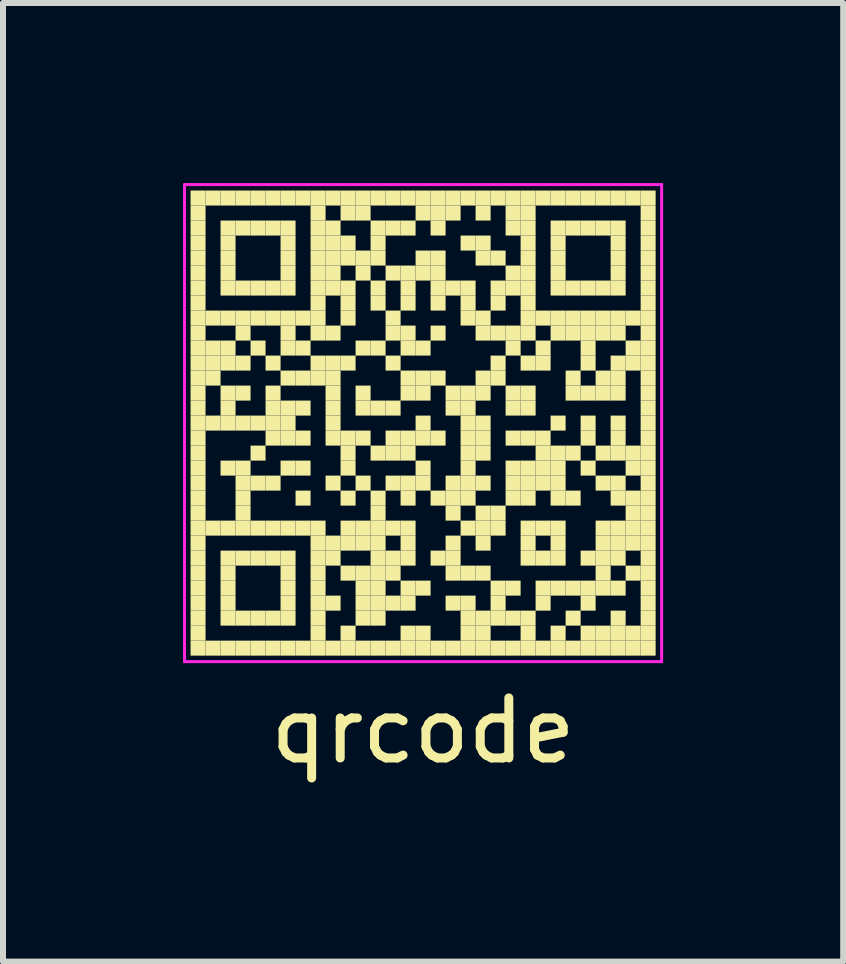
<source format=kicad_pcb>
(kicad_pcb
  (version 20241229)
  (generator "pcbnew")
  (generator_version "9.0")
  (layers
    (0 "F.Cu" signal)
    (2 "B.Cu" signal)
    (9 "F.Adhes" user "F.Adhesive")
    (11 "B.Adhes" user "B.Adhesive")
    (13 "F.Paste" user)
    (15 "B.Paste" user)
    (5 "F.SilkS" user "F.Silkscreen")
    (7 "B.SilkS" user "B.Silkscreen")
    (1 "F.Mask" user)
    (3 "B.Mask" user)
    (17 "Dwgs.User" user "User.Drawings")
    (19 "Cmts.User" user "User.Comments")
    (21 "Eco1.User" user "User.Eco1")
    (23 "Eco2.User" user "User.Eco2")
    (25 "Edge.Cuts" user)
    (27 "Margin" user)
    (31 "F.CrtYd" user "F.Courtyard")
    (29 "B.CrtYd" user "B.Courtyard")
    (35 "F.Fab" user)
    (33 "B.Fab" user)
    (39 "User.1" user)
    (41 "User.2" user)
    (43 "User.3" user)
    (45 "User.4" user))
  (footprint "qrcode"
    (layer "F.Cu")
    (at 4 4)
    (property "Reference" "qrcode" (at 0 5.125 0) (layer "F.SilkS") (effects (font (size 1 1) (thickness 0.15))))
    (fp_rect (start -3.875 -3.875) (end -3.625 -3.625) (stroke (width 0) (type default)) (fill yes) (layer "F.SilkS"))
    (fp_rect (start -3.875 -3.625) (end -3.625 -3.375) (stroke (width 0) (type default)) (fill yes) (layer "F.SilkS"))
    (fp_rect (start -3.875 -3.375) (end -3.625 -3.125) (stroke (width 0) (type default)) (fill yes) (layer "F.SilkS"))
    (fp_rect (start -3.875 -3.125) (end -3.625 -2.875) (stroke (width 0) (type default)) (fill yes) (layer "F.SilkS"))
    (fp_rect (start -3.875 -2.875) (end -3.625 -2.625) (stroke (width 0) (type default)) (fill yes) (layer "F.SilkS"))
    (fp_rect (start -3.875 -2.625) (end -3.625 -2.375) (stroke (width 0) (type default)) (fill yes) (layer "F.SilkS"))
    (fp_rect (start -3.875 -2.375) (end -3.625 -2.125) (stroke (width 0) (type default)) (fill yes) (layer "F.SilkS"))
    (fp_rect (start -3.875 -2.125) (end -3.625 -1.875) (stroke (width 0) (type default)) (fill yes) (layer "F.SilkS"))
    (fp_rect (start -3.875 -1.875) (end -3.625 -1.625) (stroke (width 0) (type default)) (fill yes) (layer "F.SilkS"))
    (fp_rect (start -3.875 -1.625) (end -3.625 -1.375) (stroke (width 0) (type default)) (fill yes) (layer "F.SilkS"))
    (fp_rect (start -3.875 -1.375) (end -3.625 -1.125) (stroke (width 0) (type default)) (fill yes) (layer "F.SilkS"))
    (fp_rect (start -3.875 -1.125) (end -3.625 -0.875) (stroke (width 0) (type default)) (fill yes) (layer "F.SilkS"))
    (fp_rect (start -3.875 -0.875) (end -3.625 -0.625) (stroke (width 0) (type default)) (fill yes) (layer "F.SilkS"))
    (fp_rect (start -3.875 -0.625) (end -3.625 -0.375) (stroke (width 0) (type default)) (fill yes) (layer "F.SilkS"))
    (fp_rect (start -3.875 -0.375) (end -3.625 -0.125) (stroke (width 0) (type default)) (fill yes) (layer "F.SilkS"))
    (fp_rect (start -3.875 -0.125) (end -3.625 0.125) (stroke (width 0) (type default)) (fill yes) (layer "F.SilkS"))
    (fp_rect (start -3.875 0.125) (end -3.625 0.375) (stroke (width 0) (type default)) (fill yes) (layer "F.SilkS"))
    (fp_rect (start -3.875 0.375) (end -3.625 0.625) (stroke (width 0) (type default)) (fill yes) (layer "F.SilkS"))
    (fp_rect (start -3.875 0.625) (end -3.625 0.875) (stroke (width 0) (type default)) (fill yes) (layer "F.SilkS"))
    (fp_rect (start -3.875 0.875) (end -3.625 1.125) (stroke (width 0) (type default)) (fill yes) (layer "F.SilkS"))
    (fp_rect (start -3.875 1.125) (end -3.625 1.375) (stroke (width 0) (type default)) (fill yes) (layer "F.SilkS"))
    (fp_rect (start -3.875 1.375) (end -3.625 1.625) (stroke (width 0) (type default)) (fill yes) (layer "F.SilkS"))
    (fp_rect (start -3.875 1.625) (end -3.625 1.875) (stroke (width 0) (type default)) (fill yes) (layer "F.SilkS"))
    (fp_rect (start -3.875 1.875) (end -3.625 2.125) (stroke (width 0) (type default)) (fill yes) (layer "F.SilkS"))
    (fp_rect (start -3.875 2.125) (end -3.625 2.375) (stroke (width 0) (type default)) (fill yes) (layer "F.SilkS"))
    (fp_rect (start -3.875 2.375) (end -3.625 2.625) (stroke (width 0) (type default)) (fill yes) (layer "F.SilkS"))
    (fp_rect (start -3.875 2.625) (end -3.625 2.875) (stroke (width 0) (type default)) (fill yes) (layer "F.SilkS"))
    (fp_rect (start -3.875 2.875) (end -3.625 3.125) (stroke (width 0) (type default)) (fill yes) (layer "F.SilkS"))
    (fp_rect (start -3.875 3.125) (end -3.625 3.375) (stroke (width 0) (type default)) (fill yes) (layer "F.SilkS"))
    (fp_rect (start -3.875 3.375) (end -3.625 3.625) (stroke (width 0) (type default)) (fill yes) (layer "F.SilkS"))
    (fp_rect (start -3.875 3.625) (end -3.625 3.875) (stroke (width 0) (type default)) (fill yes) (layer "F.SilkS"))
    (fp_rect (start -3.625 -3.875) (end -3.375 -3.625) (stroke (width 0) (type default)) (fill yes) (layer "F.SilkS"))
    (fp_rect (start -3.625 -1.875) (end -3.375 -1.625) (stroke (width 0) (type default)) (fill yes) (layer "F.SilkS"))
    (fp_rect (start -3.625 -1.375) (end -3.375 -1.125) (stroke (width 0) (type default)) (fill yes) (layer "F.SilkS"))
    (fp_rect (start -3.625 -1.125) (end -3.375 -0.875) (stroke (width 0) (type default)) (fill yes) (layer "F.SilkS"))
    (fp_rect (start -3.625 -0.875) (end -3.375 -0.625) (stroke (width 0) (type default)) (fill yes) (layer "F.SilkS"))
    (fp_rect (start -3.625 -0.125) (end -3.375 0.125) (stroke (width 0) (type default)) (fill yes) (layer "F.SilkS"))
    (fp_rect (start -3.625 1.625) (end -3.375 1.875) (stroke (width 0) (type default)) (fill yes) (layer "F.SilkS"))
    (fp_rect (start -3.625 3.625) (end -3.375 3.875) (stroke (width 0) (type default)) (fill yes) (layer "F.SilkS"))
    (fp_rect (start -3.375 -3.875) (end -3.125 -3.625) (stroke (width 0) (type default)) (fill yes) (layer "F.SilkS"))
    (fp_rect (start -3.375 -3.375) (end -3.125 -3.125) (stroke (width 0) (type default)) (fill yes) (layer "F.SilkS"))
    (fp_rect (start -3.375 -3.125) (end -3.125 -2.875) (stroke (width 0) (type default)) (fill yes) (layer "F.SilkS"))
    (fp_rect (start -3.375 -2.875) (end -3.125 -2.625) (stroke (width 0) (type default)) (fill yes) (layer "F.SilkS"))
    (fp_rect (start -3.375 -2.625) (end -3.125 -2.375) (stroke (width 0) (type default)) (fill yes) (layer "F.SilkS"))
    (fp_rect (start -3.375 -2.375) (end -3.125 -2.125) (stroke (width 0) (type default)) (fill yes) (layer "F.SilkS"))
    (fp_rect (start -3.375 -1.875) (end -3.125 -1.625) (stroke (width 0) (type default)) (fill yes) (layer "F.SilkS"))
    (fp_rect (start -3.375 -1.375) (end -3.125 -1.125) (stroke (width 0) (type default)) (fill yes) (layer "F.SilkS"))
    (fp_rect (start -3.375 -1.125) (end -3.125 -0.875) (stroke (width 0) (type default)) (fill yes) (layer "F.SilkS"))
    (fp_rect (start -3.375 -0.625) (end -3.125 -0.375) (stroke (width 0) (type default)) (fill yes) (layer "F.SilkS"))
    (fp_rect (start -3.375 -0.375) (end -3.125 -0.125) (stroke (width 0) (type default)) (fill yes) (layer "F.SilkS"))
    (fp_rect (start -3.375 -0.125) (end -3.125 0.125) (stroke (width 0) (type default)) (fill yes) (layer "F.SilkS"))
    (fp_rect (start -3.375 0.625) (end -3.125 0.875) (stroke (width 0) (type default)) (fill yes) (layer "F.SilkS"))
    (fp_rect (start -3.375 1.625) (end -3.125 1.875) (stroke (width 0) (type default)) (fill yes) (layer "F.SilkS"))
    (fp_rect (start -3.375 2.125) (end -3.125 2.375) (stroke (width 0) (type default)) (fill yes) (layer "F.SilkS"))
    (fp_rect (start -3.375 2.375) (end -3.125 2.625) (stroke (width 0) (type default)) (fill yes) (layer "F.SilkS"))
    (fp_rect (start -3.375 2.625) (end -3.125 2.875) (stroke (width 0) (type default)) (fill yes) (layer "F.SilkS"))
    (fp_rect (start -3.375 2.875) (end -3.125 3.125) (stroke (width 0) (type default)) (fill yes) (layer "F.SilkS"))
    (fp_rect (start -3.375 3.125) (end -3.125 3.375) (stroke (width 0) (type default)) (fill yes) (layer "F.SilkS"))
    (fp_rect (start -3.375 3.625) (end -3.125 3.875) (stroke (width 0) (type default)) (fill yes) (layer "F.SilkS"))
    (fp_rect (start -3.125 -3.875) (end -2.875 -3.625) (stroke (width 0) (type default)) (fill yes) (layer "F.SilkS"))
    (fp_rect (start -3.125 -3.375) (end -2.875 -3.125) (stroke (width 0) (type default)) (fill yes) (layer "F.SilkS"))
    (fp_rect (start -3.125 -2.375) (end -2.875 -2.125) (stroke (width 0) (type default)) (fill yes) (layer "F.SilkS"))
    (fp_rect (start -3.125 -1.875) (end -2.875 -1.625) (stroke (width 0) (type default)) (fill yes) (layer "F.SilkS"))
    (fp_rect (start -3.125 -1.625) (end -2.875 -1.375) (stroke (width 0) (type default)) (fill yes) (layer "F.SilkS"))
    (fp_rect (start -3.125 -1.125) (end -2.875 -0.875) (stroke (width 0) (type default)) (fill yes) (layer "F.SilkS"))
    (fp_rect (start -3.125 -0.625) (end -2.875 -0.375) (stroke (width 0) (type default)) (fill yes) (layer "F.SilkS"))
    (fp_rect (start -3.125 -0.125) (end -2.875 0.125) (stroke (width 0) (type default)) (fill yes) (layer "F.SilkS"))
    (fp_rect (start -3.125 0.625) (end -2.875 0.875) (stroke (width 0) (type default)) (fill yes) (layer "F.SilkS"))
    (fp_rect (start -3.125 0.875) (end -2.875 1.125) (stroke (width 0) (type default)) (fill yes) (layer "F.SilkS"))
    (fp_rect (start -3.125 1.125) (end -2.875 1.375) (stroke (width 0) (type default)) (fill yes) (layer "F.SilkS"))
    (fp_rect (start -3.125 1.375) (end -2.875 1.625) (stroke (width 0) (type default)) (fill yes) (layer "F.SilkS"))
    (fp_rect (start -3.125 1.625) (end -2.875 1.875) (stroke (width 0) (type default)) (fill yes) (layer "F.SilkS"))
    (fp_rect (start -3.125 2.125) (end -2.875 2.375) (stroke (width 0) (type default)) (fill yes) (layer "F.SilkS"))
    (fp_rect (start -3.125 3.125) (end -2.875 3.375) (stroke (width 0) (type default)) (fill yes) (layer "F.SilkS"))
    (fp_rect (start -3.125 3.625) (end -2.875 3.875) (stroke (width 0) (type default)) (fill yes) (layer "F.SilkS"))
    (fp_rect (start -2.875 -3.875) (end -2.625 -3.625) (stroke (width 0) (type default)) (fill yes) (layer "F.SilkS"))
    (fp_rect (start -2.875 -3.375) (end -2.625 -3.125) (stroke (width 0) (type default)) (fill yes) (layer "F.SilkS"))
    (fp_rect (start -2.875 -2.375) (end -2.625 -2.125) (stroke (width 0) (type default)) (fill yes) (layer "F.SilkS"))
    (fp_rect (start -2.875 -1.875) (end -2.625 -1.625) (stroke (width 0) (type default)) (fill yes) (layer "F.SilkS"))
    (fp_rect (start -2.875 -1.375) (end -2.625 -1.125) (stroke (width 0) (type default)) (fill yes) (layer "F.SilkS"))
    (fp_rect (start -2.875 -0.125) (end -2.625 0.125) (stroke (width 0) (type default)) (fill yes) (layer "F.SilkS"))
    (fp_rect (start -2.875 0.375) (end -2.625 0.625) (stroke (width 0) (type default)) (fill yes) (layer "F.SilkS"))
    (fp_rect (start -2.875 0.875) (end -2.625 1.125) (stroke (width 0) (type default)) (fill yes) (layer "F.SilkS"))
    (fp_rect (start -2.875 1.625) (end -2.625 1.875) (stroke (width 0) (type default)) (fill yes) (layer "F.SilkS"))
    (fp_rect (start -2.875 2.125) (end -2.625 2.375) (stroke (width 0) (type default)) (fill yes) (layer "F.SilkS"))
    (fp_rect (start -2.875 3.125) (end -2.625 3.375) (stroke (width 0) (type default)) (fill yes) (layer "F.SilkS"))
    (fp_rect (start -2.875 3.625) (end -2.625 3.875) (stroke (width 0) (type default)) (fill yes) (layer "F.SilkS"))
    (fp_rect (start -2.625 -3.875) (end -2.375 -3.625) (stroke (width 0) (type default)) (fill yes) (layer "F.SilkS"))
    (fp_rect (start -2.625 -3.375) (end -2.375 -3.125) (stroke (width 0) (type default)) (fill yes) (layer "F.SilkS"))
    (fp_rect (start -2.625 -2.375) (end -2.375 -2.125) (stroke (width 0) (type default)) (fill yes) (layer "F.SilkS"))
    (fp_rect (start -2.625 -1.875) (end -2.375 -1.625) (stroke (width 0) (type default)) (fill yes) (layer "F.SilkS"))
    (fp_rect (start -2.625 -1.125) (end -2.375 -0.875) (stroke (width 0) (type default)) (fill yes) (layer "F.SilkS"))
    (fp_rect (start -2.625 -0.625) (end -2.375 -0.375) (stroke (width 0) (type default)) (fill yes) (layer "F.SilkS"))
    (fp_rect (start -2.625 -0.375) (end -2.375 -0.125) (stroke (width 0) (type default)) (fill yes) (layer "F.SilkS"))
    (fp_rect (start -2.625 -0.125) (end -2.375 0.125) (stroke (width 0) (type default)) (fill yes) (layer "F.SilkS"))
    (fp_rect (start -2.625 0.125) (end -2.375 0.375) (stroke (width 0) (type default)) (fill yes) (layer "F.SilkS"))
    (fp_rect (start -2.625 0.875) (end -2.375 1.125) (stroke (width 0) (type default)) (fill yes) (layer "F.SilkS"))
    (fp_rect (start -2.625 1.625) (end -2.375 1.875) (stroke (width 0) (type default)) (fill yes) (layer "F.SilkS"))
    (fp_rect (start -2.625 2.125) (end -2.375 2.375) (stroke (width 0) (type default)) (fill yes) (layer "F.SilkS"))
    (fp_rect (start -2.625 3.125) (end -2.375 3.375) (stroke (width 0) (type default)) (fill yes) (layer "F.SilkS"))
    (fp_rect (start -2.625 3.625) (end -2.375 3.875) (stroke (width 0) (type default)) (fill yes) (layer "F.SilkS"))
    (fp_rect (start -2.375 -3.875) (end -2.125 -3.625) (stroke (width 0) (type default)) (fill yes) (layer "F.SilkS"))
    (fp_rect (start -2.375 -3.375) (end -2.125 -3.125) (stroke (width 0) (type default)) (fill yes) (layer "F.SilkS"))
    (fp_rect (start -2.375 -3.125) (end -2.125 -2.875) (stroke (width 0) (type default)) (fill yes) (layer "F.SilkS"))
    (fp_rect (start -2.375 -2.875) (end -2.125 -2.625) (stroke (width 0) (type default)) (fill yes) (layer "F.SilkS"))
    (fp_rect (start -2.375 -2.625) (end -2.125 -2.375) (stroke (width 0) (type default)) (fill yes) (layer "F.SilkS"))
    (fp_rect (start -2.375 -2.375) (end -2.125 -2.125) (stroke (width 0) (type default)) (fill yes) (layer "F.SilkS"))
    (fp_rect (start -2.375 -1.875) (end -2.125 -1.625) (stroke (width 0) (type default)) (fill yes) (layer "F.SilkS"))
    (fp_rect (start -2.375 -1.625) (end -2.125 -1.375) (stroke (width 0) (type default)) (fill yes) (layer "F.SilkS"))
    (fp_rect (start -2.375 -1.375) (end -2.125 -1.125) (stroke (width 0) (type default)) (fill yes) (layer "F.SilkS"))
    (fp_rect (start -2.375 -0.875) (end -2.125 -0.625) (stroke (width 0) (type default)) (fill yes) (layer "F.SilkS"))
    (fp_rect (start -2.375 -0.375) (end -2.125 -0.125) (stroke (width 0) (type default)) (fill yes) (layer "F.SilkS"))
    (fp_rect (start -2.375 -0.125) (end -2.125 0.125) (stroke (width 0) (type default)) (fill yes) (layer "F.SilkS"))
    (fp_rect (start -2.375 0.125) (end -2.125 0.375) (stroke (width 0) (type default)) (fill yes) (layer "F.SilkS"))
    (fp_rect (start -2.375 0.625) (end -2.125 0.875) (stroke (width 0) (type default)) (fill yes) (layer "F.SilkS"))
    (fp_rect (start -2.375 1.625) (end -2.125 1.875) (stroke (width 0) (type default)) (fill yes) (layer "F.SilkS"))
    (fp_rect (start -2.375 2.125) (end -2.125 2.375) (stroke (width 0) (type default)) (fill yes) (layer "F.SilkS"))
    (fp_rect (start -2.375 2.375) (end -2.125 2.625) (stroke (width 0) (type default)) (fill yes) (layer "F.SilkS"))
    (fp_rect (start -2.375 2.625) (end -2.125 2.875) (stroke (width 0) (type default)) (fill yes) (layer "F.SilkS"))
    (fp_rect (start -2.375 2.875) (end -2.125 3.125) (stroke (width 0) (type default)) (fill yes) (layer "F.SilkS"))
    (fp_rect (start -2.375 3.125) (end -2.125 3.375) (stroke (width 0) (type default)) (fill yes) (layer "F.SilkS"))
    (fp_rect (start -2.375 3.625) (end -2.125 3.875) (stroke (width 0) (type default)) (fill yes) (layer "F.SilkS"))
    (fp_rect (start -2.125 -3.875) (end -1.875 -3.625) (stroke (width 0) (type default)) (fill yes) (layer "F.SilkS"))
    (fp_rect (start -2.125 -1.875) (end -1.875 -1.625) (stroke (width 0) (type default)) (fill yes) (layer "F.SilkS"))
    (fp_rect (start -2.125 -1.375) (end -1.875 -1.125) (stroke (width 0) (type default)) (fill yes) (layer "F.SilkS"))
    (fp_rect (start -2.125 -0.875) (end -1.875 -0.625) (stroke (width 0) (type default)) (fill yes) (layer "F.SilkS"))
    (fp_rect (start -2.125 -0.375) (end -1.875 -0.125) (stroke (width 0) (type default)) (fill yes) (layer "F.SilkS"))
    (fp_rect (start -2.125 0.125) (end -1.875 0.375) (stroke (width 0) (type default)) (fill yes) (layer "F.SilkS"))
    (fp_rect (start -2.125 0.625) (end -1.875 0.875) (stroke (width 0) (type default)) (fill yes) (layer "F.SilkS"))
    (fp_rect (start -2.125 1.125) (end -1.875 1.375) (stroke (width 0) (type default)) (fill yes) (layer "F.SilkS"))
    (fp_rect (start -2.125 1.625) (end -1.875 1.875) (stroke (width 0) (type default)) (fill yes) (layer "F.SilkS"))
    (fp_rect (start -2.125 3.625) (end -1.875 3.875) (stroke (width 0) (type default)) (fill yes) (layer "F.SilkS"))
    (fp_rect (start -1.875 -3.875) (end -1.625 -3.625) (stroke (width 0) (type default)) (fill yes) (layer "F.SilkS"))
    (fp_rect (start -1.875 -3.625) (end -1.625 -3.375) (stroke (width 0) (type default)) (fill yes) (layer "F.SilkS"))
    (fp_rect (start -1.875 -3.375) (end -1.625 -3.125) (stroke (width 0) (type default)) (fill yes) (layer "F.SilkS"))
    (fp_rect (start -1.875 -3.125) (end -1.625 -2.875) (stroke (width 0) (type default)) (fill yes) (layer "F.SilkS"))
    (fp_rect (start -1.875 -2.875) (end -1.625 -2.625) (stroke (width 0) (type default)) (fill yes) (layer "F.SilkS"))
    (fp_rect (start -1.875 -2.625) (end -1.625 -2.375) (stroke (width 0) (type default)) (fill yes) (layer "F.SilkS"))
    (fp_rect (start -1.875 -2.375) (end -1.625 -2.125) (stroke (width 0) (type default)) (fill yes) (layer "F.SilkS"))
    (fp_rect (start -1.875 -2.125) (end -1.625 -1.875) (stroke (width 0) (type default)) (fill yes) (layer "F.SilkS"))
    (fp_rect (start -1.875 -1.875) (end -1.625 -1.625) (stroke (width 0) (type default)) (fill yes) (layer "F.SilkS"))
    (fp_rect (start -1.875 -1.625) (end -1.625 -1.375) (stroke (width 0) (type default)) (fill yes) (layer "F.SilkS"))
    (fp_rect (start -1.875 -1.125) (end -1.625 -0.875) (stroke (width 0) (type default)) (fill yes) (layer "F.SilkS"))
    (fp_rect (start -1.875 -0.875) (end -1.625 -0.625) (stroke (width 0) (type default)) (fill yes) (layer "F.SilkS"))
    (fp_rect (start -1.875 1.625) (end -1.625 1.875) (stroke (width 0) (type default)) (fill yes) (layer "F.SilkS"))
    (fp_rect (start -1.875 1.875) (end -1.625 2.125) (stroke (width 0) (type default)) (fill yes) (layer "F.SilkS"))
    (fp_rect (start -1.875 2.125) (end -1.625 2.375) (stroke (width 0) (type default)) (fill yes) (layer "F.SilkS"))
    (fp_rect (start -1.875 2.375) (end -1.625 2.625) (stroke (width 0) (type default)) (fill yes) (layer "F.SilkS"))
    (fp_rect (start -1.875 2.625) (end -1.625 2.875) (stroke (width 0) (type default)) (fill yes) (layer "F.SilkS"))
    (fp_rect (start -1.875 2.875) (end -1.625 3.125) (stroke (width 0) (type default)) (fill yes) (layer "F.SilkS"))
    (fp_rect (start -1.875 3.125) (end -1.625 3.375) (stroke (width 0) (type default)) (fill yes) (layer "F.SilkS"))
    (fp_rect (start -1.875 3.375) (end -1.625 3.625) (stroke (width 0) (type default)) (fill yes) (layer "F.SilkS"))
    (fp_rect (start -1.875 3.625) (end -1.625 3.875) (stroke (width 0) (type default)) (fill yes) (layer "F.SilkS"))
    (fp_rect (start -1.625 -3.875) (end -1.375 -3.625) (stroke (width 0) (type default)) (fill yes) (layer "F.SilkS"))
    (fp_rect (start -1.625 -3.375) (end -1.375 -3.125) (stroke (width 0) (type default)) (fill yes) (layer "F.SilkS"))
    (fp_rect (start -1.625 -3.125) (end -1.375 -2.875) (stroke (width 0) (type default)) (fill yes) (layer "F.SilkS"))
    (fp_rect (start -1.625 -2.875) (end -1.375 -2.625) (stroke (width 0) (type default)) (fill yes) (layer "F.SilkS"))
    (fp_rect (start -1.625 -2.625) (end -1.375 -2.375) (stroke (width 0) (type default)) (fill yes) (layer "F.SilkS"))
    (fp_rect (start -1.625 -2.375) (end -1.375 -2.125) (stroke (width 0) (type default)) (fill yes) (layer "F.SilkS"))
    (fp_rect (start -1.625 -1.625) (end -1.375 -1.375) (stroke (width 0) (type default)) (fill yes) (layer "F.SilkS"))
    (fp_rect (start -1.625 -1.125) (end -1.375 -0.875) (stroke (width 0) (type default)) (fill yes) (layer "F.SilkS"))
    (fp_rect (start -1.625 -0.875) (end -1.375 -0.625) (stroke (width 0) (type default)) (fill yes) (layer "F.SilkS"))
    (fp_rect (start -1.625 -0.625) (end -1.375 -0.375) (stroke (width 0) (type default)) (fill yes) (layer "F.SilkS"))
    (fp_rect (start -1.625 -0.375) (end -1.375 -0.125) (stroke (width 0) (type default)) (fill yes) (layer "F.SilkS"))
    (fp_rect (start -1.625 -0.125) (end -1.375 0.125) (stroke (width 0) (type default)) (fill yes) (layer "F.SilkS"))
    (fp_rect (start -1.625 0.125) (end -1.375 0.375) (stroke (width 0) (type default)) (fill yes) (layer "F.SilkS"))
    (fp_rect (start -1.625 0.875) (end -1.375 1.125) (stroke (width 0) (type default)) (fill yes) (layer "F.SilkS"))
    (fp_rect (start -1.625 1.875) (end -1.375 2.125) (stroke (width 0) (type default)) (fill yes) (layer "F.SilkS"))
    (fp_rect (start -1.625 2.125) (end -1.375 2.375) (stroke (width 0) (type default)) (fill yes) (layer "F.SilkS"))
    (fp_rect (start -1.625 2.875) (end -1.375 3.125) (stroke (width 0) (type default)) (fill yes) (layer "F.SilkS"))
    (fp_rect (start -1.625 3.625) (end -1.375 3.875) (stroke (width 0) (type default)) (fill yes) (layer "F.SilkS"))
    (fp_rect (start -1.375 -3.875) (end -1.125 -3.625) (stroke (width 0) (type default)) (fill yes) (layer "F.SilkS"))
    (fp_rect (start -1.375 -3.625) (end -1.125 -3.375) (stroke (width 0) (type default)) (fill yes) (layer "F.SilkS"))
    (fp_rect (start -1.375 -3.125) (end -1.125 -2.875) (stroke (width 0) (type default)) (fill yes) (layer "F.SilkS"))
    (fp_rect (start -1.375 -2.875) (end -1.125 -2.625) (stroke (width 0) (type default)) (fill yes) (layer "F.SilkS"))
    (fp_rect (start -1.375 -2.375) (end -1.125 -2.125) (stroke (width 0) (type default)) (fill yes) (layer "F.SilkS"))
    (fp_rect (start -1.375 -2.125) (end -1.125 -1.875) (stroke (width 0) (type default)) (fill yes) (layer "F.SilkS"))
    (fp_rect (start -1.375 -1.875) (end -1.125 -1.625) (stroke (width 0) (type default)) (fill yes) (layer "F.SilkS"))
    (fp_rect (start -1.375 -1.125) (end -1.125 -0.875) (stroke (width 0) (type default)) (fill yes) (layer "F.SilkS"))
    (fp_rect (start -1.375 0.125) (end -1.125 0.375) (stroke (width 0) (type default)) (fill yes) (layer "F.SilkS"))
    (fp_rect (start -1.375 0.375) (end -1.125 0.625) (stroke (width 0) (type default)) (fill yes) (layer "F.SilkS"))
    (fp_rect (start -1.375 0.625) (end -1.125 0.875) (stroke (width 0) (type default)) (fill yes) (layer "F.SilkS"))
    (fp_rect (start -1.375 1.125) (end -1.125 1.375) (stroke (width 0) (type default)) (fill yes) (layer "F.SilkS"))
    (fp_rect (start -1.375 1.625) (end -1.125 1.875) (stroke (width 0) (type default)) (fill yes) (layer "F.SilkS"))
    (fp_rect (start -1.375 1.875) (end -1.125 2.125) (stroke (width 0) (type default)) (fill yes) (layer "F.SilkS"))
    (fp_rect (start -1.375 2.375) (end -1.125 2.625) (stroke (width 0) (type default)) (fill yes) (layer "F.SilkS"))
    (fp_rect (start -1.375 3.375) (end -1.125 3.625) (stroke (width 0) (type default)) (fill yes) (layer "F.SilkS"))
    (fp_rect (start -1.375 3.625) (end -1.125 3.875) (stroke (width 0) (type default)) (fill yes) (layer "F.SilkS"))
    (fp_rect (start -1.125 -3.875) (end -0.875 -3.625) (stroke (width 0) (type default)) (fill yes) (layer "F.SilkS"))
    (fp_rect (start -1.125 -3.625) (end -0.875 -3.375) (stroke (width 0) (type default)) (fill yes) (layer "F.SilkS"))
    (fp_rect (start -1.125 -2.875) (end -0.875 -2.625) (stroke (width 0) (type default)) (fill yes) (layer "F.SilkS"))
    (fp_rect (start -1.125 -2.625) (end -0.875 -2.375) (stroke (width 0) (type default)) (fill yes) (layer "F.SilkS"))
    (fp_rect (start -1.125 -1.375) (end -0.875 -1.125) (stroke (width 0) (type default)) (fill yes) (layer "F.SilkS"))
    (fp_rect (start -1.125 -0.625) (end -0.875 -0.375) (stroke (width 0) (type default)) (fill yes) (layer "F.SilkS"))
    (fp_rect (start -1.125 -0.375) (end -0.875 -0.125) (stroke (width 0) (type default)) (fill yes) (layer "F.SilkS"))
    (fp_rect (start -1.125 0.125) (end -0.875 0.375) (stroke (width 0) (type default)) (fill yes) (layer "F.SilkS"))
    (fp_rect (start -1.125 0.875) (end -0.875 1.125) (stroke (width 0) (type default)) (fill yes) (layer "F.SilkS"))
    (fp_rect (start -1.125 1.625) (end -0.875 1.875) (stroke (width 0) (type default)) (fill yes) (layer "F.SilkS"))
    (fp_rect (start -1.125 1.875) (end -0.875 2.125) (stroke (width 0) (type default)) (fill yes) (layer "F.SilkS"))
    (fp_rect (start -1.125 2.375) (end -0.875 2.625) (stroke (width 0) (type default)) (fill yes) (layer "F.SilkS"))
    (fp_rect (start -1.125 2.625) (end -0.875 2.875) (stroke (width 0) (type default)) (fill yes) (layer "F.SilkS"))
    (fp_rect (start -1.125 2.875) (end -0.875 3.125) (stroke (width 0) (type default)) (fill yes) (layer "F.SilkS"))
    (fp_rect (start -1.125 3.125) (end -0.875 3.375) (stroke (width 0) (type default)) (fill yes) (layer "F.SilkS"))
    (fp_rect (start -1.125 3.625) (end -0.875 3.875) (stroke (width 0) (type default)) (fill yes) (layer "F.SilkS"))
    (fp_rect (start -0.875 -3.875) (end -0.625 -3.625) (stroke (width 0) (type default)) (fill yes) (layer "F.SilkS"))
    (fp_rect (start -0.875 -3.375) (end -0.625 -3.125) (stroke (width 0) (type default)) (fill yes) (layer "F.SilkS"))
    (fp_rect (start -0.875 -3.125) (end -0.625 -2.875) (stroke (width 0) (type default)) (fill yes) (layer "F.SilkS"))
    (fp_rect (start -0.875 -2.875) (end -0.625 -2.625) (stroke (width 0) (type default)) (fill yes) (layer "F.SilkS"))
    (fp_rect (start -0.875 -2.375) (end -0.625 -2.125) (stroke (width 0) (type default)) (fill yes) (layer "F.SilkS"))
    (fp_rect (start -0.875 -2.125) (end -0.625 -1.875) (stroke (width 0) (type default)) (fill yes) (layer "F.SilkS"))
    (fp_rect (start -0.875 -1.375) (end -0.625 -1.125) (stroke (width 0) (type default)) (fill yes) (layer "F.SilkS"))
    (fp_rect (start -0.875 -0.375) (end -0.625 -0.125) (stroke (width 0) (type default)) (fill yes) (layer "F.SilkS"))
    (fp_rect (start -0.875 0.375) (end -0.625 0.625) (stroke (width 0) (type default)) (fill yes) (layer "F.SilkS"))
    (fp_rect (start -0.875 1.125) (end -0.625 1.375) (stroke (width 0) (type default)) (fill yes) (layer "F.SilkS"))
    (fp_rect (start -0.875 1.375) (end -0.625 1.625) (stroke (width 0) (type default)) (fill yes) (layer "F.SilkS"))
    (fp_rect (start -0.875 1.625) (end -0.625 1.875) (stroke (width 0) (type default)) (fill yes) (layer "F.SilkS"))
    (fp_rect (start -0.875 1.875) (end -0.625 2.125) (stroke (width 0) (type default)) (fill yes) (layer "F.SilkS"))
    (fp_rect (start -0.875 2.125) (end -0.625 2.375) (stroke (width 0) (type default)) (fill yes) (layer "F.SilkS"))
    (fp_rect (start -0.875 2.375) (end -0.625 2.625) (stroke (width 0) (type default)) (fill yes) (layer "F.SilkS"))
    (fp_rect (start -0.875 2.625) (end -0.625 2.875) (stroke (width 0) (type default)) (fill yes) (layer "F.SilkS"))
    (fp_rect (start -0.875 2.875) (end -0.625 3.125) (stroke (width 0) (type default)) (fill yes) (layer "F.SilkS"))
    (fp_rect (start -0.875 3.125) (end -0.625 3.375) (stroke (width 0) (type default)) (fill yes) (layer "F.SilkS"))
    (fp_rect (start -0.875 3.625) (end -0.625 3.875) (stroke (width 0) (type default)) (fill yes) (layer "F.SilkS"))
    (fp_rect (start -0.625 -3.875) (end -0.375 -3.625) (stroke (width 0) (type default)) (fill yes) (layer "F.SilkS"))
    (fp_rect (start -0.625 -3.375) (end -0.375 -3.125) (stroke (width 0) (type default)) (fill yes) (layer "F.SilkS"))
    (fp_rect (start -0.625 -2.625) (end -0.375 -2.375) (stroke (width 0) (type default)) (fill yes) (layer "F.SilkS"))
    (fp_rect (start -0.625 -1.875) (end -0.375 -1.625) (stroke (width 0) (type default)) (fill yes) (layer "F.SilkS"))
    (fp_rect (start -0.625 -1.625) (end -0.375 -1.375) (stroke (width 0) (type default)) (fill yes) (layer "F.SilkS"))
    (fp_rect (start -0.625 -1.125) (end -0.375 -0.875) (stroke (width 0) (type default)) (fill yes) (layer "F.SilkS"))
    (fp_rect (start -0.625 -0.375) (end -0.375 -0.125) (stroke (width 0) (type default)) (fill yes) (layer "F.SilkS"))
    (fp_rect (start -0.625 0.125) (end -0.375 0.375) (stroke (width 0) (type default)) (fill yes) (layer "F.SilkS"))
    (fp_rect (start -0.625 0.375) (end -0.375 0.625) (stroke (width 0) (type default)) (fill yes) (layer "F.SilkS"))
    (fp_rect (start -0.625 0.875) (end -0.375 1.125) (stroke (width 0) (type default)) (fill yes) (layer "F.SilkS"))
    (fp_rect (start -0.625 1.625) (end -0.375 1.875) (stroke (width 0) (type default)) (fill yes) (layer "F.SilkS"))
    (fp_rect (start -0.625 2.125) (end -0.375 2.375) (stroke (width 0) (type default)) (fill yes) (layer "F.SilkS"))
    (fp_rect (start -0.625 2.375) (end -0.375 2.625) (stroke (width 0) (type default)) (fill yes) (layer "F.SilkS"))
    (fp_rect (start -0.625 2.875) (end -0.375 3.125) (stroke (width 0) (type default)) (fill yes) (layer "F.SilkS"))
    (fp_rect (start -0.625 3.625) (end -0.375 3.875) (stroke (width 0) (type default)) (fill yes) (layer "F.SilkS"))
    (fp_rect (start -0.375 -3.875) (end -0.125 -3.625) (stroke (width 0) (type default)) (fill yes) (layer "F.SilkS"))
    (fp_rect (start -0.375 -3.375) (end -0.125 -3.125) (stroke (width 0) (type default)) (fill yes) (layer "F.SilkS"))
    (fp_rect (start -0.375 -2.625) (end -0.125 -2.375) (stroke (width 0) (type default)) (fill yes) (layer "F.SilkS"))
    (fp_rect (start -0.375 -2.375) (end -0.125 -2.125) (stroke (width 0) (type default)) (fill yes) (layer "F.SilkS"))
    (fp_rect (start -0.375 -2.125) (end -0.125 -1.875) (stroke (width 0) (type default)) (fill yes) (layer "F.SilkS"))
    (fp_rect (start -0.375 -1.625) (end -0.125 -1.375) (stroke (width 0) (type default)) (fill yes) (layer "F.SilkS"))
    (fp_rect (start -0.375 -1.375) (end -0.125 -1.125) (stroke (width 0) (type default)) (fill yes) (layer "F.SilkS"))
    (fp_rect (start -0.375 -0.875) (end -0.125 -0.625) (stroke (width 0) (type default)) (fill yes) (layer "F.SilkS"))
    (fp_rect (start -0.375 -0.625) (end -0.125 -0.375) (stroke (width 0) (type default)) (fill yes) (layer "F.SilkS"))
    (fp_rect (start -0.375 0.125) (end -0.125 0.375) (stroke (width 0) (type default)) (fill yes) (layer "F.SilkS"))
    (fp_rect (start -0.375 0.375) (end -0.125 0.625) (stroke (width 0) (type default)) (fill yes) (layer "F.SilkS"))
    (fp_rect (start -0.375 0.875) (end -0.125 1.125) (stroke (width 0) (type default)) (fill yes) (layer "F.SilkS"))
    (fp_rect (start -0.375 1.125) (end -0.125 1.375) (stroke (width 0) (type default)) (fill yes) (layer "F.SilkS"))
    (fp_rect (start -0.375 1.625) (end -0.125 1.875) (stroke (width 0) (type default)) (fill yes) (layer "F.SilkS"))
    (fp_rect (start -0.375 1.875) (end -0.125 2.125) (stroke (width 0) (type default)) (fill yes) (layer "F.SilkS"))
    (fp_rect (start -0.375 2.125) (end -0.125 2.375) (stroke (width 0) (type default)) (fill yes) (layer "F.SilkS"))
    (fp_rect (start -0.375 2.625) (end -0.125 2.875) (stroke (width 0) (type default)) (fill yes) (layer "F.SilkS"))
    (fp_rect (start -0.375 2.875) (end -0.125 3.125) (stroke (width 0) (type default)) (fill yes) (layer "F.SilkS"))
    (fp_rect (start -0.375 3.375) (end -0.125 3.625) (stroke (width 0) (type default)) (fill yes) (layer "F.SilkS"))
    (fp_rect (start -0.375 3.625) (end -0.125 3.875) (stroke (width 0) (type default)) (fill yes) (layer "F.SilkS"))
    (fp_rect (start -0.125 -3.875) (end 0.125 -3.625) (stroke (width 0) (type default)) (fill yes) (layer "F.SilkS"))
    (fp_rect (start -0.125 -3.625) (end 0.125 -3.375) (stroke (width 0) (type default)) (fill yes) (layer "F.SilkS"))
    (fp_rect (start -0.125 -2.875) (end 0.125 -2.625) (stroke (width 0) (type default)) (fill yes) (layer "F.SilkS"))
    (fp_rect (start -0.125 -2.625) (end 0.125 -2.375) (stroke (width 0) (type default)) (fill yes) (layer "F.SilkS"))
    (fp_rect (start -0.125 -1.375) (end 0.125 -1.125) (stroke (width 0) (type default)) (fill yes) (layer "F.SilkS"))
    (fp_rect (start -0.125 -0.875) (end 0.125 -0.625) (stroke (width 0) (type default)) (fill yes) (layer "F.SilkS"))
    (fp_rect (start -0.125 -0.625) (end 0.125 -0.375) (stroke (width 0) (type default)) (fill yes) (layer "F.SilkS"))
    (fp_rect (start -0.125 -0.125) (end 0.125 0.125) (stroke (width 0) (type default)) (fill yes) (layer "F.SilkS"))
    (fp_rect (start -0.125 0.125) (end 0.125 0.375) (stroke (width 0) (type default)) (fill yes) (layer "F.SilkS"))
    (fp_rect (start -0.125 0.625) (end 0.125 0.875) (stroke (width 0) (type default)) (fill yes) (layer "F.SilkS"))
    (fp_rect (start -0.125 0.875) (end 0.125 1.125) (stroke (width 0) (type default)) (fill yes) (layer "F.SilkS"))
    (fp_rect (start -0.125 2.625) (end 0.125 2.875) (stroke (width 0) (type default)) (fill yes) (layer "F.SilkS"))
    (fp_rect (start -0.125 3.375) (end 0.125 3.625) (stroke (width 0) (type default)) (fill yes) (layer "F.SilkS"))
    (fp_rect (start -0.125 3.625) (end 0.125 3.875) (stroke (width 0) (type default)) (fill yes) (layer "F.SilkS"))
    (fp_rect (start 0.125 -3.875) (end 0.375 -3.625) (stroke (width 0) (type default)) (fill yes) (layer "F.SilkS"))
    (fp_rect (start 0.125 -3.625) (end 0.375 -3.375) (stroke (width 0) (type default)) (fill yes) (layer "F.SilkS"))
    (fp_rect (start 0.125 -3.375) (end 0.375 -3.125) (stroke (width 0) (type default)) (fill yes) (layer "F.SilkS"))
    (fp_rect (start 0.125 -2.875) (end 0.375 -2.625) (stroke (width 0) (type default)) (fill yes) (layer "F.SilkS"))
    (fp_rect (start 0.125 -2.625) (end 0.375 -2.375) (stroke (width 0) (type default)) (fill yes) (layer "F.SilkS"))
    (fp_rect (start 0.125 -2.375) (end 0.375 -2.125) (stroke (width 0) (type default)) (fill yes) (layer "F.SilkS"))
    (fp_rect (start 0.125 -2.125) (end 0.375 -1.875) (stroke (width 0) (type default)) (fill yes) (layer "F.SilkS"))
    (fp_rect (start 0.125 -1.625) (end 0.375 -1.375) (stroke (width 0) (type default)) (fill yes) (layer "F.SilkS"))
    (fp_rect (start 0.125 -0.875) (end 0.375 -0.625) (stroke (width 0) (type default)) (fill yes) (layer "F.SilkS"))
    (fp_rect (start 0.125 0.125) (end 0.375 0.375) (stroke (width 0) (type default)) (fill yes) (layer "F.SilkS"))
    (fp_rect (start 0.125 1.125) (end 0.375 1.375) (stroke (width 0) (type default)) (fill yes) (layer "F.SilkS"))
    (fp_rect (start 0.125 2.125) (end 0.375 2.375) (stroke (width 0) (type default)) (fill yes) (layer "F.SilkS"))
    (fp_rect (start 0.125 3.625) (end 0.375 3.875) (stroke (width 0) (type default)) (fill yes) (layer "F.SilkS"))
    (fp_rect (start 0.375 -3.875) (end 0.625 -3.625) (stroke (width 0) (type default)) (fill yes) (layer "F.SilkS"))
    (fp_rect (start 0.375 -3.625) (end 0.625 -3.375) (stroke (width 0) (type default)) (fill yes) (layer "F.SilkS"))
    (fp_rect (start 0.375 -2.375) (end 0.625 -2.125) (stroke (width 0) (type default)) (fill yes) (layer "F.SilkS"))
    (fp_rect (start 0.375 -0.625) (end 0.625 -0.375) (stroke (width 0) (type default)) (fill yes) (layer "F.SilkS"))
    (fp_rect (start 0.375 -0.375) (end 0.625 -0.125) (stroke (width 0) (type default)) (fill yes) (layer "F.SilkS"))
    (fp_rect (start 0.375 0.875) (end 0.625 1.125) (stroke (width 0) (type default)) (fill yes) (layer "F.SilkS"))
    (fp_rect (start 0.375 1.125) (end 0.625 1.375) (stroke (width 0) (type default)) (fill yes) (layer "F.SilkS"))
    (fp_rect (start 0.375 1.375) (end 0.625 1.625) (stroke (width 0) (type default)) (fill yes) (layer "F.SilkS"))
    (fp_rect (start 0.375 1.875) (end 0.625 2.125) (stroke (width 0) (type default)) (fill yes) (layer "F.SilkS"))
    (fp_rect (start 0.375 2.125) (end 0.625 2.375) (stroke (width 0) (type default)) (fill yes) (layer "F.SilkS"))
    (fp_rect (start 0.375 2.375) (end 0.625 2.625) (stroke (width 0) (type default)) (fill yes) (layer "F.SilkS"))
    (fp_rect (start 0.375 2.875) (end 0.625 3.125) (stroke (width 0) (type default)) (fill yes) (layer "F.SilkS"))
    (fp_rect (start 0.375 3.625) (end 0.625 3.875) (stroke (width 0) (type default)) (fill yes) (layer "F.SilkS"))
    (fp_rect (start 0.625 -3.875) (end 0.875 -3.625) (stroke (width 0) (type default)) (fill yes) (layer "F.SilkS"))
    (fp_rect (start 0.625 -3.125) (end 0.875 -2.875) (stroke (width 0) (type default)) (fill yes) (layer "F.SilkS"))
    (fp_rect (start 0.625 -2.375) (end 0.875 -2.125) (stroke (width 0) (type default)) (fill yes) (layer "F.SilkS"))
    (fp_rect (start 0.625 -2.125) (end 0.875 -1.875) (stroke (width 0) (type default)) (fill yes) (layer "F.SilkS"))
    (fp_rect (start 0.625 -1.875) (end 0.875 -1.625) (stroke (width 0) (type default)) (fill yes) (layer "F.SilkS"))
    (fp_rect (start 0.625 -0.625) (end 0.875 -0.375) (stroke (width 0) (type default)) (fill yes) (layer "F.SilkS"))
    (fp_rect (start 0.625 -0.375) (end 0.875 -0.125) (stroke (width 0) (type default)) (fill yes) (layer "F.SilkS"))
    (fp_rect (start 0.625 -0.125) (end 0.875 0.125) (stroke (width 0) (type default)) (fill yes) (layer "F.SilkS"))
    (fp_rect (start 0.625 0.125) (end 0.875 0.375) (stroke (width 0) (type default)) (fill yes) (layer "F.SilkS"))
    (fp_rect (start 0.625 0.375) (end 0.875 0.625) (stroke (width 0) (type default)) (fill yes) (layer "F.SilkS"))
    (fp_rect (start 0.625 0.625) (end 0.875 0.875) (stroke (width 0) (type default)) (fill yes) (layer "F.SilkS"))
    (fp_rect (start 0.625 0.875) (end 0.875 1.125) (stroke (width 0) (type default)) (fill yes) (layer "F.SilkS"))
    (fp_rect (start 0.625 1.125) (end 0.875 1.375) (stroke (width 0) (type default)) (fill yes) (layer "F.SilkS"))
    (fp_rect (start 0.625 1.625) (end 0.875 1.875) (stroke (width 0) (type default)) (fill yes) (layer "F.SilkS"))
    (fp_rect (start 0.625 2.375) (end 0.875 2.625) (stroke (width 0) (type default)) (fill yes) (layer "F.SilkS"))
    (fp_rect (start 0.625 2.875) (end 0.875 3.125) (stroke (width 0) (type default)) (fill yes) (layer "F.SilkS"))
    (fp_rect (start 0.625 3.125) (end 0.875 3.375) (stroke (width 0) (type default)) (fill yes) (layer "F.SilkS"))
    (fp_rect (start 0.625 3.375) (end 0.875 3.625) (stroke (width 0) (type default)) (fill yes) (layer "F.SilkS"))
    (fp_rect (start 0.625 3.625) (end 0.875 3.875) (stroke (width 0) (type default)) (fill yes) (layer "F.SilkS"))
    (fp_rect (start 0.875 -3.875) (end 1.125 -3.625) (stroke (width 0) (type default)) (fill yes) (layer "F.SilkS"))
    (fp_rect (start 0.875 -3.625) (end 1.125 -3.375) (stroke (width 0) (type default)) (fill yes) (layer "F.SilkS"))
    (fp_rect (start 0.875 -3.125) (end 1.125 -2.875) (stroke (width 0) (type default)) (fill yes) (layer "F.SilkS"))
    (fp_rect (start 0.875 -2.875) (end 1.125 -2.625) (stroke (width 0) (type default)) (fill yes) (layer "F.SilkS"))
    (fp_rect (start 0.875 -1.875) (end 1.125 -1.625) (stroke (width 0) (type default)) (fill yes) (layer "F.SilkS"))
    (fp_rect (start 0.875 -1.625) (end 1.125 -1.375) (stroke (width 0) (type default)) (fill yes) (layer "F.SilkS"))
    (fp_rect (start 0.875 -0.875) (end 1.125 -0.625) (stroke (width 0) (type default)) (fill yes) (layer "F.SilkS"))
    (fp_rect (start 0.875 -0.625) (end 1.125 -0.375) (stroke (width 0) (type default)) (fill yes) (layer "F.SilkS"))
    (fp_rect (start 0.875 -0.125) (end 1.125 0.125) (stroke (width 0) (type default)) (fill yes) (layer "F.SilkS"))
    (fp_rect (start 0.875 0.125) (end 1.125 0.375) (stroke (width 0) (type default)) (fill yes) (layer "F.SilkS"))
    (fp_rect (start 0.875 0.375) (end 1.125 0.625) (stroke (width 0) (type default)) (fill yes) (layer "F.SilkS"))
    (fp_rect (start 0.875 0.875) (end 1.125 1.125) (stroke (width 0) (type default)) (fill yes) (layer "F.SilkS"))
    (fp_rect (start 0.875 1.375) (end 1.125 1.625) (stroke (width 0) (type default)) (fill yes) (layer "F.SilkS"))
    (fp_rect (start 0.875 1.625) (end 1.125 1.875) (stroke (width 0) (type default)) (fill yes) (layer "F.SilkS"))
    (fp_rect (start 0.875 1.875) (end 1.125 2.125) (stroke (width 0) (type default)) (fill yes) (layer "F.SilkS"))
    (fp_rect (start 0.875 2.375) (end 1.125 2.625) (stroke (width 0) (type default)) (fill yes) (layer "F.SilkS"))
    (fp_rect (start 0.875 3.125) (end 1.125 3.375) (stroke (width 0) (type default)) (fill yes) (layer "F.SilkS"))
    (fp_rect (start 0.875 3.375) (end 1.125 3.625) (stroke (width 0) (type default)) (fill yes) (layer "F.SilkS"))
    (fp_rect (start 0.875 3.625) (end 1.125 3.875) (stroke (width 0) (type default)) (fill yes) (layer "F.SilkS"))
    (fp_rect (start 1.125 -3.875) (end 1.375 -3.625) (stroke (width 0) (type default)) (fill yes) (layer "F.SilkS"))
    (fp_rect (start 1.125 -2.875) (end 1.375 -2.625) (stroke (width 0) (type default)) (fill yes) (layer "F.SilkS"))
    (fp_rect (start 1.125 -2.375) (end 1.375 -2.125) (stroke (width 0) (type default)) (fill yes) (layer "F.SilkS"))
    (fp_rect (start 1.125 -2.125) (end 1.375 -1.875) (stroke (width 0) (type default)) (fill yes) (layer "F.SilkS"))
    (fp_rect (start 1.125 -1.625) (end 1.375 -1.375) (stroke (width 0) (type default)) (fill yes) (layer "F.SilkS"))
    (fp_rect (start 1.125 -1.125) (end 1.375 -0.875) (stroke (width 0) (type default)) (fill yes) (layer "F.SilkS"))
    (fp_rect (start 1.125 -0.875) (end 1.375 -0.625) (stroke (width 0) (type default)) (fill yes) (layer "F.SilkS"))
    (fp_rect (start 1.125 1.375) (end 1.375 1.625) (stroke (width 0) (type default)) (fill yes) (layer "F.SilkS"))
    (fp_rect (start 1.125 1.625) (end 1.375 1.875) (stroke (width 0) (type default)) (fill yes) (layer "F.SilkS"))
    (fp_rect (start 1.125 2.625) (end 1.375 2.875) (stroke (width 0) (type default)) (fill yes) (layer "F.SilkS"))
    (fp_rect (start 1.125 2.875) (end 1.375 3.125) (stroke (width 0) (type default)) (fill yes) (layer "F.SilkS"))
    (fp_rect (start 1.125 3.125) (end 1.375 3.375) (stroke (width 0) (type default)) (fill yes) (layer "F.SilkS"))
    (fp_rect (start 1.125 3.625) (end 1.375 3.875) (stroke (width 0) (type default)) (fill yes) (layer "F.SilkS"))
    (fp_rect (start 1.375 -3.875) (end 1.625 -3.625) (stroke (width 0) (type default)) (fill yes) (layer "F.SilkS"))
    (fp_rect (start 1.375 -3.625) (end 1.625 -3.375) (stroke (width 0) (type default)) (fill yes) (layer "F.SilkS"))
    (fp_rect (start 1.375 -3.375) (end 1.625 -3.125) (stroke (width 0) (type default)) (fill yes) (layer "F.SilkS"))
    (fp_rect (start 1.375 -2.625) (end 1.625 -2.375) (stroke (width 0) (type default)) (fill yes) (layer "F.SilkS"))
    (fp_rect (start 1.375 -2.375) (end 1.625 -2.125) (stroke (width 0) (type default)) (fill yes) (layer "F.SilkS"))
    (fp_rect (start 1.375 -1.625) (end 1.625 -1.375) (stroke (width 0) (type default)) (fill yes) (layer "F.SilkS"))
    (fp_rect (start 1.375 -1.375) (end 1.625 -1.125) (stroke (width 0) (type default)) (fill yes) (layer "F.SilkS"))
    (fp_rect (start 1.375 -0.625) (end 1.625 -0.375) (stroke (width 0) (type default)) (fill yes) (layer "F.SilkS"))
    (fp_rect (start 1.375 -0.375) (end 1.625 -0.125) (stroke (width 0) (type default)) (fill yes) (layer "F.SilkS"))
    (fp_rect (start 1.375 0.125) (end 1.625 0.375) (stroke (width 0) (type default)) (fill yes) (layer "F.SilkS"))
    (fp_rect (start 1.375 0.625) (end 1.625 0.875) (stroke (width 0) (type default)) (fill yes) (layer "F.SilkS"))
    (fp_rect (start 1.375 0.875) (end 1.625 1.125) (stroke (width 0) (type default)) (fill yes) (layer "F.SilkS"))
    (fp_rect (start 1.375 1.125) (end 1.625 1.375) (stroke (width 0) (type default)) (fill yes) (layer "F.SilkS"))
    (fp_rect (start 1.375 2.625) (end 1.625 2.875) (stroke (width 0) (type default)) (fill yes) (layer "F.SilkS"))
    (fp_rect (start 1.375 3.125) (end 1.625 3.375) (stroke (width 0) (type default)) (fill yes) (layer "F.SilkS"))
    (fp_rect (start 1.375 3.625) (end 1.625 3.875) (stroke (width 0) (type default)) (fill yes) (layer "F.SilkS"))
    (fp_rect (start 1.625 -3.875) (end 1.875 -3.625) (stroke (width 0) (type default)) (fill yes) (layer "F.SilkS"))
    (fp_rect (start 1.625 -3.625) (end 1.875 -3.375) (stroke (width 0) (type default)) (fill yes) (layer "F.SilkS"))
    (fp_rect (start 1.625 -3.375) (end 1.875 -3.125) (stroke (width 0) (type default)) (fill yes) (layer "F.SilkS"))
    (fp_rect (start 1.625 -3.125) (end 1.875 -2.875) (stroke (width 0) (type default)) (fill yes) (layer "F.SilkS"))
    (fp_rect (start 1.625 -2.875) (end 1.875 -2.625) (stroke (width 0) (type default)) (fill yes) (layer "F.SilkS"))
    (fp_rect (start 1.625 -2.625) (end 1.875 -2.375) (stroke (width 0) (type default)) (fill yes) (layer "F.SilkS"))
    (fp_rect (start 1.625 -2.375) (end 1.875 -2.125) (stroke (width 0) (type default)) (fill yes) (layer "F.SilkS"))
    (fp_rect (start 1.625 -2.125) (end 1.875 -1.875) (stroke (width 0) (type default)) (fill yes) (layer "F.SilkS"))
    (fp_rect (start 1.625 -1.875) (end 1.875 -1.625) (stroke (width 0) (type default)) (fill yes) (layer "F.SilkS"))
    (fp_rect (start 1.625 -1.625) (end 1.875 -1.375) (stroke (width 0) (type default)) (fill yes) (layer "F.SilkS"))
    (fp_rect (start 1.625 -1.125) (end 1.875 -0.875) (stroke (width 0) (type default)) (fill yes) (layer "F.SilkS"))
    (fp_rect (start 1.625 -0.625) (end 1.875 -0.375) (stroke (width 0) (type default)) (fill yes) (layer "F.SilkS"))
    (fp_rect (start 1.625 -0.375) (end 1.875 -0.125) (stroke (width 0) (type default)) (fill yes) (layer "F.SilkS"))
    (fp_rect (start 1.625 0.125) (end 1.875 0.375) (stroke (width 0) (type default)) (fill yes) (layer "F.SilkS"))
    (fp_rect (start 1.625 0.625) (end 1.875 0.875) (stroke (width 0) (type default)) (fill yes) (layer "F.SilkS"))
    (fp_rect (start 1.625 0.875) (end 1.875 1.125) (stroke (width 0) (type default)) (fill yes) (layer "F.SilkS"))
    (fp_rect (start 1.625 1.125) (end 1.875 1.375) (stroke (width 0) (type default)) (fill yes) (layer "F.SilkS"))
    (fp_rect (start 1.625 1.625) (end 1.875 1.875) (stroke (width 0) (type default)) (fill yes) (layer "F.SilkS"))
    (fp_rect (start 1.625 1.875) (end 1.875 2.125) (stroke (width 0) (type default)) (fill yes) (layer "F.SilkS"))
    (fp_rect (start 1.625 2.125) (end 1.875 2.375) (stroke (width 0) (type default)) (fill yes) (layer "F.SilkS"))
    (fp_rect (start 1.625 3.125) (end 1.875 3.375) (stroke (width 0) (type default)) (fill yes) (layer "F.SilkS"))
    (fp_rect (start 1.625 3.375) (end 1.875 3.625) (stroke (width 0) (type default)) (fill yes) (layer "F.SilkS"))
    (fp_rect (start 1.625 3.625) (end 1.875 3.875) (stroke (width 0) (type default)) (fill yes) (layer "F.SilkS"))
    (fp_rect (start 1.875 -3.875) (end 2.125 -3.625) (stroke (width 0) (type default)) (fill yes) (layer "F.SilkS"))
    (fp_rect (start 1.875 -1.875) (end 2.125 -1.625) (stroke (width 0) (type default)) (fill yes) (layer "F.SilkS"))
    (fp_rect (start 1.875 -1.375) (end 2.125 -1.125) (stroke (width 0) (type default)) (fill yes) (layer "F.SilkS"))
    (fp_rect (start 1.875 -1.125) (end 2.125 -0.875) (stroke (width 0) (type default)) (fill yes) (layer "F.SilkS"))
    (fp_rect (start 1.875 0.125) (end 2.125 0.375) (stroke (width 0) (type default)) (fill yes) (layer "F.SilkS"))
    (fp_rect (start 1.875 0.375) (end 2.125 0.625) (stroke (width 0) (type default)) (fill yes) (layer "F.SilkS"))
    (fp_rect (start 1.875 0.625) (end 2.125 0.875) (stroke (width 0) (type default)) (fill yes) (layer "F.SilkS"))
    (fp_rect (start 1.875 0.875) (end 2.125 1.125) (stroke (width 0) (type default)) (fill yes) (layer "F.SilkS"))
    (fp_rect (start 1.875 1.625) (end 2.125 1.875) (stroke (width 0) (type default)) (fill yes) (layer "F.SilkS"))
    (fp_rect (start 1.875 2.125) (end 2.125 2.375) (stroke (width 0) (type default)) (fill yes) (layer "F.SilkS"))
    (fp_rect (start 1.875 2.625) (end 2.125 2.875) (stroke (width 0) (type default)) (fill yes) (layer "F.SilkS"))
    (fp_rect (start 1.875 2.875) (end 2.125 3.125) (stroke (width 0) (type default)) (fill yes) (layer "F.SilkS"))
    (fp_rect (start 1.875 3.625) (end 2.125 3.875) (stroke (width 0) (type default)) (fill yes) (layer "F.SilkS"))
    (fp_rect (start 2.125 -3.875) (end 2.375 -3.625) (stroke (width 0) (type default)) (fill yes) (layer "F.SilkS"))
    (fp_rect (start 2.125 -3.375) (end 2.375 -3.125) (stroke (width 0) (type default)) (fill yes) (layer "F.SilkS"))
    (fp_rect (start 2.125 -3.125) (end 2.375 -2.875) (stroke (width 0) (type default)) (fill yes) (layer "F.SilkS"))
    (fp_rect (start 2.125 -2.875) (end 2.375 -2.625) (stroke (width 0) (type default)) (fill yes) (layer "F.SilkS"))
    (fp_rect (start 2.125 -2.625) (end 2.375 -2.375) (stroke (width 0) (type default)) (fill yes) (layer "F.SilkS"))
    (fp_rect (start 2.125 -2.375) (end 2.375 -2.125) (stroke (width 0) (type default)) (fill yes) (layer "F.SilkS"))
    (fp_rect (start 2.125 -1.875) (end 2.375 -1.625) (stroke (width 0) (type default)) (fill yes) (layer "F.SilkS"))
    (fp_rect (start 2.125 -1.625) (end 2.375 -1.375) (stroke (width 0) (type default)) (fill yes) (layer "F.SilkS"))
    (fp_rect (start 2.125 -0.125) (end 2.375 0.125) (stroke (width 0) (type default)) (fill yes) (layer "F.SilkS"))
    (fp_rect (start 2.125 0.375) (end 2.375 0.625) (stroke (width 0) (type default)) (fill yes) (layer "F.SilkS"))
    (fp_rect (start 2.125 0.625) (end 2.375 0.875) (stroke (width 0) (type default)) (fill yes) (layer "F.SilkS"))
    (fp_rect (start 2.125 0.875) (end 2.375 1.125) (stroke (width 0) (type default)) (fill yes) (layer "F.SilkS"))
    (fp_rect (start 2.125 1.125) (end 2.375 1.375) (stroke (width 0) (type default)) (fill yes) (layer "F.SilkS"))
    (fp_rect (start 2.125 1.625) (end 2.375 1.875) (stroke (width 0) (type default)) (fill yes) (layer "F.SilkS"))
    (fp_rect (start 2.125 1.875) (end 2.375 2.125) (stroke (width 0) (type default)) (fill yes) (layer "F.SilkS"))
    (fp_rect (start 2.125 2.125) (end 2.375 2.375) (stroke (width 0) (type default)) (fill yes) (layer "F.SilkS"))
    (fp_rect (start 2.125 2.625) (end 2.375 2.875) (stroke (width 0) (type default)) (fill yes) (layer "F.SilkS"))
    (fp_rect (start 2.125 3.375) (end 2.375 3.625) (stroke (width 0) (type default)) (fill yes) (layer "F.SilkS"))
    (fp_rect (start 2.125 3.625) (end 2.375 3.875) (stroke (width 0) (type default)) (fill yes) (layer "F.SilkS"))
    (fp_rect (start 2.375 -3.875) (end 2.625 -3.625) (stroke (width 0) (type default)) (fill yes) (layer "F.SilkS"))
    (fp_rect (start 2.375 -3.375) (end 2.625 -3.125) (stroke (width 0) (type default)) (fill yes) (layer "F.SilkS"))
    (fp_rect (start 2.375 -2.375) (end 2.625 -2.125) (stroke (width 0) (type default)) (fill yes) (layer "F.SilkS"))
    (fp_rect (start 2.375 -1.875) (end 2.625 -1.625) (stroke (width 0) (type default)) (fill yes) (layer "F.SilkS"))
    (fp_rect (start 2.375 -1.625) (end 2.625 -1.375) (stroke (width 0) (type default)) (fill yes) (layer "F.SilkS"))
    (fp_rect (start 2.375 -0.875) (end 2.625 -0.625) (stroke (width 0) (type default)) (fill yes) (layer "F.SilkS"))
    (fp_rect (start 2.375 -0.625) (end 2.625 -0.375) (stroke (width 0) (type default)) (fill yes) (layer "F.SilkS"))
    (fp_rect (start 2.375 0.375) (end 2.625 0.625) (stroke (width 0) (type default)) (fill yes) (layer "F.SilkS"))
    (fp_rect (start 2.375 1.125) (end 2.625 1.375) (stroke (width 0) (type default)) (fill yes) (layer "F.SilkS"))
    (fp_rect (start 2.375 2.625) (end 2.625 2.875) (stroke (width 0) (type default)) (fill yes) (layer "F.SilkS"))
    (fp_rect (start 2.375 3.125) (end 2.625 3.375) (stroke (width 0) (type default)) (fill yes) (layer "F.SilkS"))
    (fp_rect (start 2.375 3.625) (end 2.625 3.875) (stroke (width 0) (type default)) (fill yes) (layer "F.SilkS"))
    (fp_rect (start 2.625 -3.875) (end 2.875 -3.625) (stroke (width 0) (type default)) (fill yes) (layer "F.SilkS"))
    (fp_rect (start 2.625 -3.375) (end 2.875 -3.125) (stroke (width 0) (type default)) (fill yes) (layer "F.SilkS"))
    (fp_rect (start 2.625 -2.375) (end 2.875 -2.125) (stroke (width 0) (type default)) (fill yes) (layer "F.SilkS"))
    (fp_rect (start 2.625 -1.875) (end 2.875 -1.625) (stroke (width 0) (type default)) (fill yes) (layer "F.SilkS"))
    (fp_rect (start 2.625 -1.625) (end 2.875 -1.375) (stroke (width 0) (type default)) (fill yes) (layer "F.SilkS"))
    (fp_rect (start 2.625 -1.375) (end 2.875 -1.125) (stroke (width 0) (type default)) (fill yes) (layer "F.SilkS"))
    (fp_rect (start 2.625 -1.125) (end 2.875 -0.875) (stroke (width 0) (type default)) (fill yes) (layer "F.SilkS"))
    (fp_rect (start 2.625 -0.625) (end 2.875 -0.375) (stroke (width 0) (type default)) (fill yes) (layer "F.SilkS"))
    (fp_rect (start 2.625 -0.125) (end 2.875 0.125) (stroke (width 0) (type default)) (fill yes) (layer "F.SilkS"))
    (fp_rect (start 2.625 0.125) (end 2.875 0.375) (stroke (width 0) (type default)) (fill yes) (layer "F.SilkS"))
    (fp_rect (start 2.625 0.625) (end 2.875 0.875) (stroke (width 0) (type default)) (fill yes) (layer "F.SilkS"))
    (fp_rect (start 2.625 2.125) (end 2.875 2.375) (stroke (width 0) (type default)) (fill yes) (layer "F.SilkS"))
    (fp_rect (start 2.625 2.625) (end 2.875 2.875) (stroke (width 0) (type default)) (fill yes) (layer "F.SilkS"))
    (fp_rect (start 2.625 2.875) (end 2.875 3.125) (stroke (width 0) (type default)) (fill yes) (layer "F.SilkS"))
    (fp_rect (start 2.625 3.375) (end 2.875 3.625) (stroke (width 0) (type default)) (fill yes) (layer "F.SilkS"))
    (fp_rect (start 2.625 3.625) (end 2.875 3.875) (stroke (width 0) (type default)) (fill yes) (layer "F.SilkS"))
    (fp_rect (start 2.875 -3.875) (end 3.125 -3.625) (stroke (width 0) (type default)) (fill yes) (layer "F.SilkS"))
    (fp_rect (start 2.875 -3.375) (end 3.125 -3.125) (stroke (width 0) (type default)) (fill yes) (layer "F.SilkS"))
    (fp_rect (start 2.875 -2.375) (end 3.125 -2.125) (stroke (width 0) (type default)) (fill yes) (layer "F.SilkS"))
    (fp_rect (start 2.875 -1.875) (end 3.125 -1.625) (stroke (width 0) (type default)) (fill yes) (layer "F.SilkS"))
    (fp_rect (start 2.875 -1.625) (end 3.125 -1.375) (stroke (width 0) (type default)) (fill yes) (layer "F.SilkS"))
    (fp_rect (start 2.875 -0.875) (end 3.125 -0.625) (stroke (width 0) (type default)) (fill yes) (layer "F.SilkS"))
    (fp_rect (start 2.875 -0.625) (end 3.125 -0.375) (stroke (width 0) (type default)) (fill yes) (layer "F.SilkS"))
    (fp_rect (start 2.875 0.375) (end 3.125 0.625) (stroke (width 0) (type default)) (fill yes) (layer "F.SilkS"))
    (fp_rect (start 2.875 0.875) (end 3.125 1.125) (stroke (width 0) (type default)) (fill yes) (layer "F.SilkS"))
    (fp_rect (start 2.875 1.625) (end 3.125 1.875) (stroke (width 0) (type default)) (fill yes) (layer "F.SilkS"))
    (fp_rect (start 2.875 1.875) (end 3.125 2.125) (stroke (width 0) (type default)) (fill yes) (layer "F.SilkS"))
    (fp_rect (start 2.875 2.125) (end 3.125 2.375) (stroke (width 0) (type default)) (fill yes) (layer "F.SilkS"))
    (fp_rect (start 2.875 2.375) (end 3.125 2.625) (stroke (width 0) (type default)) (fill yes) (layer "F.SilkS"))
    (fp_rect (start 2.875 2.625) (end 3.125 2.875) (stroke (width 0) (type default)) (fill yes) (layer "F.SilkS"))
    (fp_rect (start 2.875 3.375) (end 3.125 3.625) (stroke (width 0) (type default)) (fill yes) (layer "F.SilkS"))
    (fp_rect (start 2.875 3.625) (end 3.125 3.875) (stroke (width 0) (type default)) (fill yes) (layer "F.SilkS"))
    (fp_rect (start 3.125 -3.875) (end 3.375 -3.625) (stroke (width 0) (type default)) (fill yes) (layer "F.SilkS"))
    (fp_rect (start 3.125 -3.375) (end 3.375 -3.125) (stroke (width 0) (type default)) (fill yes) (layer "F.SilkS"))
    (fp_rect (start 3.125 -3.125) (end 3.375 -2.875) (stroke (width 0) (type default)) (fill yes) (layer "F.SilkS"))
    (fp_rect (start 3.125 -2.875) (end 3.375 -2.625) (stroke (width 0) (type default)) (fill yes) (layer "F.SilkS"))
    (fp_rect (start 3.125 -2.625) (end 3.375 -2.375) (stroke (width 0) (type default)) (fill yes) (layer "F.SilkS"))
    (fp_rect (start 3.125 -2.375) (end 3.375 -2.125) (stroke (width 0) (type default)) (fill yes) (layer "F.SilkS"))
    (fp_rect (start 3.125 -1.875) (end 3.375 -1.625) (stroke (width 0) (type default)) (fill yes) (layer "F.SilkS"))
    (fp_rect (start 3.125 -1.625) (end 3.375 -1.375) (stroke (width 0) (type default)) (fill yes) (layer "F.SilkS"))
    (fp_rect (start 3.125 -1.125) (end 3.375 -0.875) (stroke (width 0) (type default)) (fill yes) (layer "F.SilkS"))
    (fp_rect (start 3.125 -0.875) (end 3.375 -0.625) (stroke (width 0) (type default)) (fill yes) (layer "F.SilkS"))
    (fp_rect (start 3.125 -0.625) (end 3.375 -0.375) (stroke (width 0) (type default)) (fill yes) (layer "F.SilkS"))
    (fp_rect (start 3.125 -0.125) (end 3.375 0.125) (stroke (width 0) (type default)) (fill yes) (layer "F.SilkS"))
    (fp_rect (start 3.125 0.125) (end 3.375 0.375) (stroke (width 0) (type default)) (fill yes) (layer "F.SilkS"))
    (fp_rect (start 3.125 0.375) (end 3.375 0.625) (stroke (width 0) (type default)) (fill yes) (layer "F.SilkS"))
    (fp_rect (start 3.125 0.875) (end 3.375 1.125) (stroke (width 0) (type default)) (fill yes) (layer "F.SilkS"))
    (fp_rect (start 3.125 1.125) (end 3.375 1.375) (stroke (width 0) (type default)) (fill yes) (layer "F.SilkS"))
    (fp_rect (start 3.125 1.625) (end 3.375 1.875) (stroke (width 0) (type default)) (fill yes) (layer "F.SilkS"))
    (fp_rect (start 3.125 1.875) (end 3.375 2.125) (stroke (width 0) (type default)) (fill yes) (layer "F.SilkS"))
    (fp_rect (start 3.125 2.125) (end 3.375 2.375) (stroke (width 0) (type default)) (fill yes) (layer "F.SilkS"))
    (fp_rect (start 3.125 2.625) (end 3.375 2.875) (stroke (width 0) (type default)) (fill yes) (layer "F.SilkS"))
    (fp_rect (start 3.125 3.125) (end 3.375 3.375) (stroke (width 0) (type default)) (fill yes) (layer "F.SilkS"))
    (fp_rect (start 3.125 3.375) (end 3.375 3.625) (stroke (width 0) (type default)) (fill yes) (layer "F.SilkS"))
    (fp_rect (start 3.125 3.625) (end 3.375 3.875) (stroke (width 0) (type default)) (fill yes) (layer "F.SilkS"))
    (fp_rect (start 3.375 -3.875) (end 3.625 -3.625) (stroke (width 0) (type default)) (fill yes) (layer "F.SilkS"))
    (fp_rect (start 3.375 -1.875) (end 3.625 -1.625) (stroke (width 0) (type default)) (fill yes) (layer "F.SilkS"))
    (fp_rect (start 3.375 -1.375) (end 3.625 -1.125) (stroke (width 0) (type default)) (fill yes) (layer "F.SilkS"))
    (fp_rect (start 3.375 -1.125) (end 3.625 -0.875) (stroke (width 0) (type default)) (fill yes) (layer "F.SilkS"))
    (fp_rect (start 3.375 0.375) (end 3.625 0.625) (stroke (width 0) (type default)) (fill yes) (layer "F.SilkS"))
    (fp_rect (start 3.375 0.625) (end 3.625 0.875) (stroke (width 0) (type default)) (fill yes) (layer "F.SilkS"))
    (fp_rect (start 3.375 1.125) (end 3.625 1.375) (stroke (width 0) (type default)) (fill yes) (layer "F.SilkS"))
    (fp_rect (start 3.375 1.375) (end 3.625 1.625) (stroke (width 0) (type default)) (fill yes) (layer "F.SilkS"))
    (fp_rect (start 3.375 1.625) (end 3.625 1.875) (stroke (width 0) (type default)) (fill yes) (layer "F.SilkS"))
    (fp_rect (start 3.375 1.875) (end 3.625 2.125) (stroke (width 0) (type default)) (fill yes) (layer "F.SilkS"))
    (fp_rect (start 3.375 2.375) (end 3.625 2.625) (stroke (width 0) (type default)) (fill yes) (layer "F.SilkS"))
    (fp_rect (start 3.375 3.375) (end 3.625 3.625) (stroke (width 0) (type default)) (fill yes) (layer "F.SilkS"))
    (fp_rect (start 3.375 3.625) (end 3.625 3.875) (stroke (width 0) (type default)) (fill yes) (layer "F.SilkS"))
    (fp_rect (start 3.625 -3.875) (end 3.875 -3.625) (stroke (width 0) (type default)) (fill yes) (layer "F.SilkS"))
    (fp_rect (start 3.625 -3.625) (end 3.875 -3.375) (stroke (width 0) (type default)) (fill yes) (layer "F.SilkS"))
    (fp_rect (start 3.625 -3.375) (end 3.875 -3.125) (stroke (width 0) (type default)) (fill yes) (layer "F.SilkS"))
    (fp_rect (start 3.625 -3.125) (end 3.875 -2.875) (stroke (width 0) (type default)) (fill yes) (layer "F.SilkS"))
    (fp_rect (start 3.625 -2.875) (end 3.875 -2.625) (stroke (width 0) (type default)) (fill yes) (layer "F.SilkS"))
    (fp_rect (start 3.625 -2.625) (end 3.875 -2.375) (stroke (width 0) (type default)) (fill yes) (layer "F.SilkS"))
    (fp_rect (start 3.625 -2.375) (end 3.875 -2.125) (stroke (width 0) (type default)) (fill yes) (layer "F.SilkS"))
    (fp_rect (start 3.625 -2.125) (end 3.875 -1.875) (stroke (width 0) (type default)) (fill yes) (layer "F.SilkS"))
    (fp_rect (start 3.625 -1.875) (end 3.875 -1.625) (stroke (width 0) (type default)) (fill yes) (layer "F.SilkS"))
    (fp_rect (start 3.625 -1.625) (end 3.875 -1.375) (stroke (width 0) (type default)) (fill yes) (layer "F.SilkS"))
    (fp_rect (start 3.625 -1.375) (end 3.875 -1.125) (stroke (width 0) (type default)) (fill yes) (layer "F.SilkS"))
    (fp_rect (start 3.625 -1.125) (end 3.875 -0.875) (stroke (width 0) (type default)) (fill yes) (layer "F.SilkS"))
    (fp_rect (start 3.625 -0.875) (end 3.875 -0.625) (stroke (width 0) (type default)) (fill yes) (layer "F.SilkS"))
    (fp_rect (start 3.625 -0.625) (end 3.875 -0.375) (stroke (width 0) (type default)) (fill yes) (layer "F.SilkS"))
    (fp_rect (start 3.625 -0.375) (end 3.875 -0.125) (stroke (width 0) (type default)) (fill yes) (layer "F.SilkS"))
    (fp_rect (start 3.625 -0.125) (end 3.875 0.125) (stroke (width 0) (type default)) (fill yes) (layer "F.SilkS"))
    (fp_rect (start 3.625 0.125) (end 3.875 0.375) (stroke (width 0) (type default)) (fill yes) (layer "F.SilkS"))
    (fp_rect (start 3.625 0.375) (end 3.875 0.625) (stroke (width 0) (type default)) (fill yes) (layer "F.SilkS"))
    (fp_rect (start 3.625 0.625) (end 3.875 0.875) (stroke (width 0) (type default)) (fill yes) (layer "F.SilkS"))
    (fp_rect (start 3.625 0.875) (end 3.875 1.125) (stroke (width 0) (type default)) (fill yes) (layer "F.SilkS"))
    (fp_rect (start 3.625 1.125) (end 3.875 1.375) (stroke (width 0) (type default)) (fill yes) (layer "F.SilkS"))
    (fp_rect (start 3.625 1.375) (end 3.875 1.625) (stroke (width 0) (type default)) (fill yes) (layer "F.SilkS"))
    (fp_rect (start 3.625 1.625) (end 3.875 1.875) (stroke (width 0) (type default)) (fill yes) (layer "F.SilkS"))
    (fp_rect (start 3.625 1.875) (end 3.875 2.125) (stroke (width 0) (type default)) (fill yes) (layer "F.SilkS"))
    (fp_rect (start 3.625 2.125) (end 3.875 2.375) (stroke (width 0) (type default)) (fill yes) (layer "F.SilkS"))
    (fp_rect (start 3.625 2.375) (end 3.875 2.625) (stroke (width 0) (type default)) (fill yes) (layer "F.SilkS"))
    (fp_rect (start 3.625 2.625) (end 3.875 2.875) (stroke (width 0) (type default)) (fill yes) (layer "F.SilkS"))
    (fp_rect (start 3.625 2.875) (end 3.875 3.125) (stroke (width 0) (type default)) (fill yes) (layer "F.SilkS"))
    (fp_rect (start 3.625 3.125) (end 3.875 3.375) (stroke (width 0) (type default)) (fill yes) (layer "F.SilkS"))
    (fp_rect (start 3.625 3.375) (end 3.875 3.625) (stroke (width 0) (type default)) (fill yes) (layer "F.SilkS"))
    (fp_rect (start 3.625 3.625) (end 3.875 3.875) (stroke (width 0) (type default)) (fill yes) (layer "F.SilkS"))
    (fp_line (start -3.975 -3.975) (end 3.975 -3.975) (stroke (width 0.05) (type default)) (layer "F.CrtYd"))
    (fp_line (start -3.975 3.975) (end -3.975 -3.975) (stroke (width 0.05) (type default)) (layer "F.CrtYd"))
    (fp_line (start 3.975 -3.975) (end 3.975 3.975) (stroke (width 0.05) (type default)) (layer "F.CrtYd"))
    (fp_line (start 3.975 3.975) (end -3.975 3.975) (stroke (width 0.05) (type default)) (layer "F.CrtYd")))
  (gr_rect
    (start -3 -3)
    (end 11 12.973)
    (stroke (width 0.1) (type default))
    (fill no)
    (layer "Edge.Cuts")))
</source>
